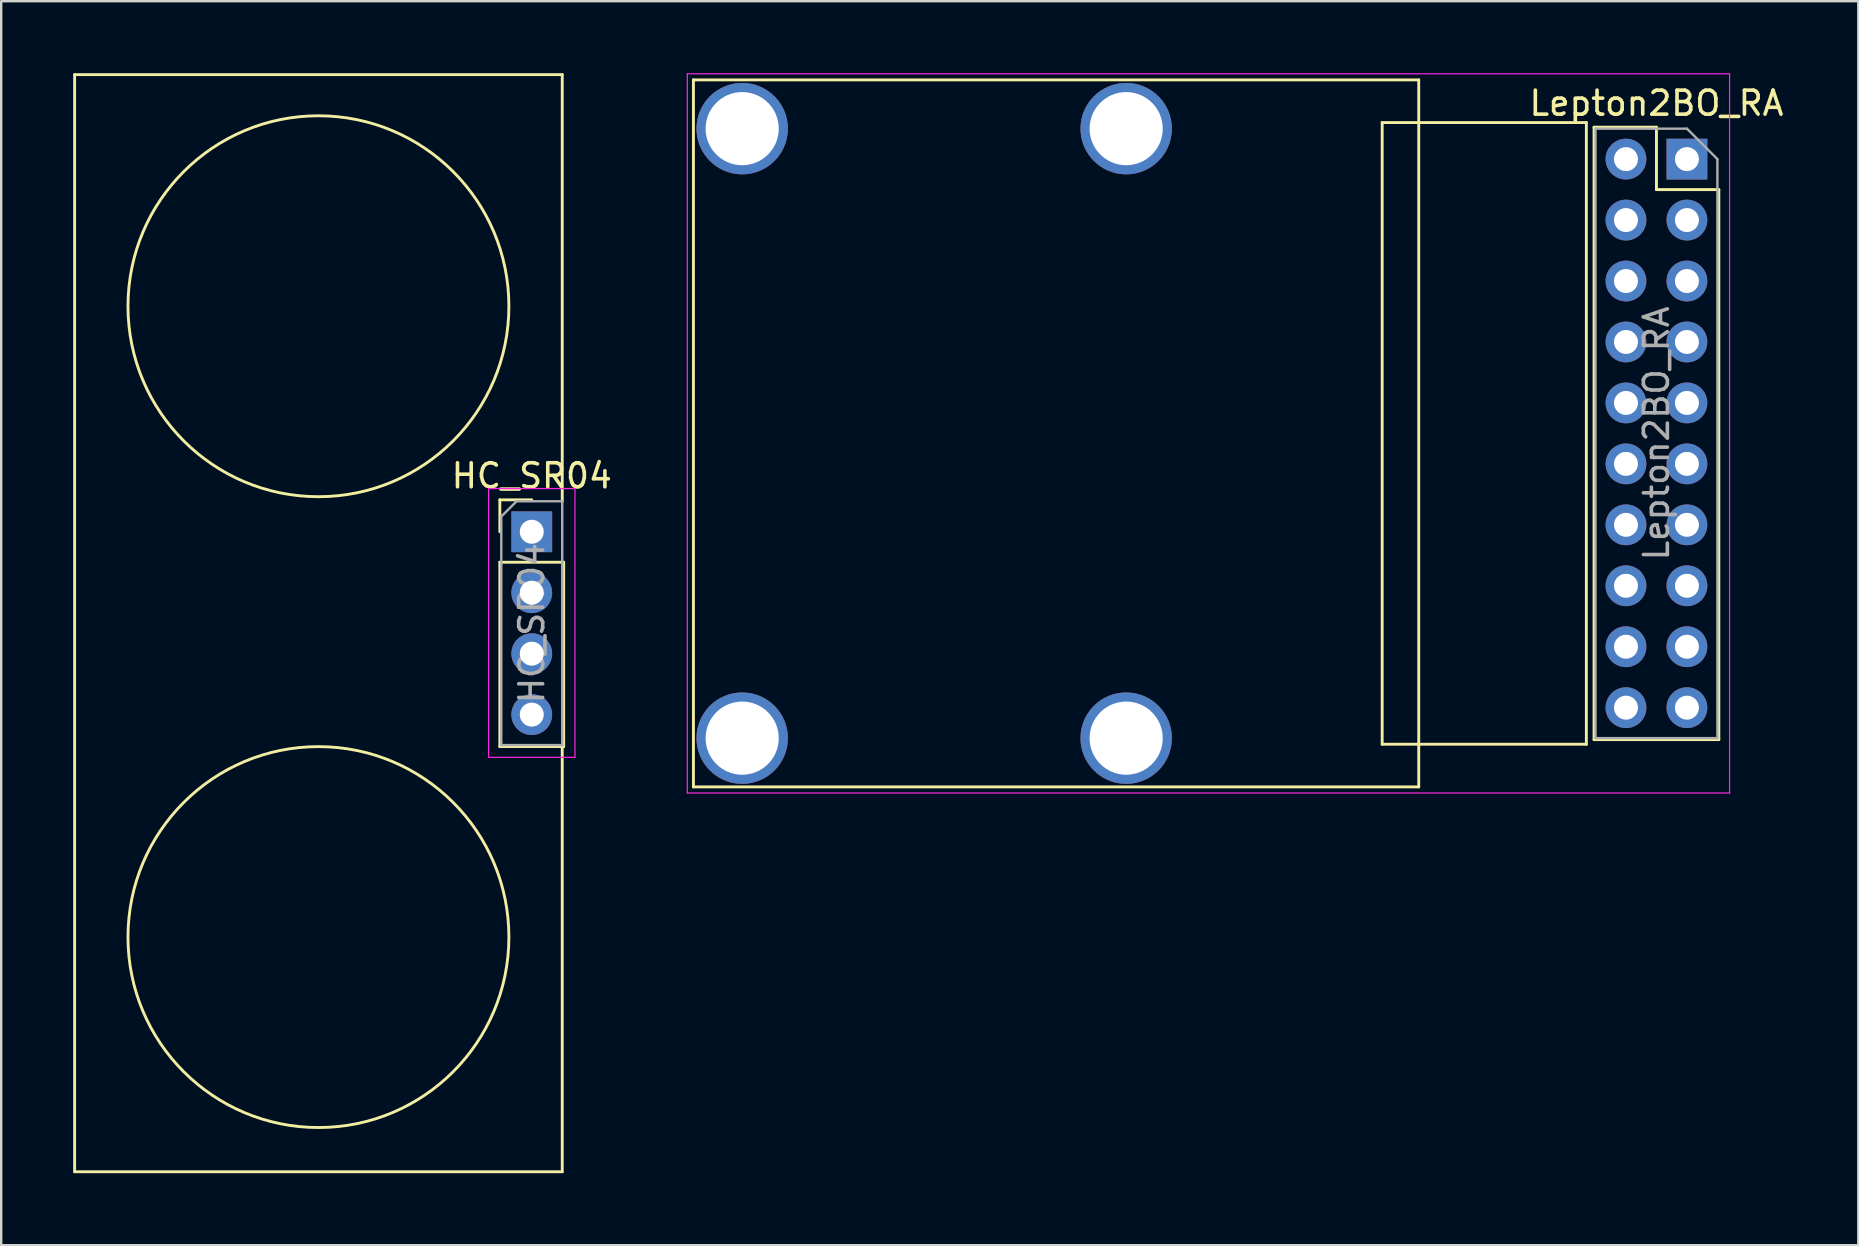
<source format=kicad_pcb>
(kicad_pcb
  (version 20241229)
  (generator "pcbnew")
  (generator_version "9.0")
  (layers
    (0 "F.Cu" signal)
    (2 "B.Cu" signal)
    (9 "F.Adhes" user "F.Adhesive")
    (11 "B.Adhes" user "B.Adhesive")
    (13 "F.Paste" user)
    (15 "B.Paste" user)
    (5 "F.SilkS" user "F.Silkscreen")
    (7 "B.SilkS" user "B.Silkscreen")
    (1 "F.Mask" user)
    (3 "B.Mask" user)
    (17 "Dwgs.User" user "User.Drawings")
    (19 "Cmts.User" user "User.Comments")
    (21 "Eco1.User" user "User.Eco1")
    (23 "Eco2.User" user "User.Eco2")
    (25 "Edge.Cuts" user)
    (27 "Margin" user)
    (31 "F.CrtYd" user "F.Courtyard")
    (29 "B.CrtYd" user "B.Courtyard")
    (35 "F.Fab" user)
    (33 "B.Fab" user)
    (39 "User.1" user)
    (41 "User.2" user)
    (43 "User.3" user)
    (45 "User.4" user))
  (footprint "HC_SR04"
    (layer "F.Cu")
    (at 19.11 19.11)
    (property "Reference" "HC_SR04" (at 0 -2.33 0) (layer "F.SilkS") (effects (font (size 1 1) (thickness 0.15))))
    (attr through_hole)
    (fp_line (start -19.05 -19.05) (end -19.05 26.67) (stroke (width 0.12) (type solid)) (layer "F.SilkS"))
    (fp_line (start -1.33 -1.33) (end 0 -1.33) (stroke (width 0.12) (type solid)) (layer "F.SilkS"))
    (fp_line (start -1.33 0) (end -1.33 -1.33) (stroke (width 0.12) (type solid)) (layer "F.SilkS"))
    (fp_line (start -1.33 1.27) (end -1.33 8.95) (stroke (width 0.12) (type solid)) (layer "F.SilkS"))
    (fp_line (start -1.33 1.27) (end 1.33 1.27) (stroke (width 0.12) (type solid)) (layer "F.SilkS"))
    (fp_line (start -1.33 8.95) (end 1.33 8.95) (stroke (width 0.12) (type solid)) (layer "F.SilkS"))
    (fp_line (start 1.27 -19.05) (end -19.05 -19.05) (stroke (width 0.12) (type solid)) (layer "F.SilkS"))
    (fp_line (start 1.27 -1.27) (end 1.27 -19.05) (stroke (width 0.12) (type solid)) (layer "F.SilkS"))
    (fp_line (start 1.27 8.89) (end 1.27 26.67) (stroke (width 0.12) (type solid)) (layer "F.SilkS"))
    (fp_line (start 1.27 26.67) (end -19.05 26.67) (stroke (width 0.12) (type solid)) (layer "F.SilkS"))
    (fp_line (start 1.33 1.27) (end 1.33 8.95) (stroke (width 0.12) (type solid)) (layer "F.SilkS"))
    (fp_circle (center -8.89 -9.398) (end -0.953 -9.398) (stroke (width 0.12) (type solid)) (fill no) (layer "F.SilkS"))
    (fp_circle (center -8.89 16.891) (end -0.953 16.891) (stroke (width 0.12) (type solid)) (fill no) (layer "F.SilkS"))
    (fp_line (start -1.8 -1.8) (end -1.8 9.4) (stroke (width 0.05) (type solid)) (layer "F.CrtYd"))
    (fp_line (start -1.8 9.4) (end 1.8 9.4) (stroke (width 0.05) (type solid)) (layer "F.CrtYd"))
    (fp_line (start 1.8 -1.8) (end -1.8 -1.8) (stroke (width 0.05) (type solid)) (layer "F.CrtYd"))
    (fp_line (start 1.8 9.4) (end 1.8 -1.8) (stroke (width 0.05) (type solid)) (layer "F.CrtYd"))
    (fp_line (start -1.27 -0.635) (end -0.635 -1.27) (stroke (width 0.1) (type solid)) (layer "F.Fab"))
    (fp_line (start -1.27 8.89) (end -1.27 -0.635) (stroke (width 0.1) (type solid)) (layer "F.Fab"))
    (fp_line (start -0.635 -1.27) (end 1.27 -1.27) (stroke (width 0.1) (type solid)) (layer "F.Fab"))
    (fp_line (start 1.27 -1.27) (end 1.27 8.89) (stroke (width 0.1) (type solid)) (layer "F.Fab"))
    (fp_line (start 1.27 8.89) (end -1.27 8.89) (stroke (width 0.1) (type solid)) (layer "F.Fab"))
    (fp_text user "${REFERENCE}" (at 0 3.81 90) (layer "F.Fab") (effects (font (size 1 1) (thickness 0.15))))
    (pad "1" thru_hole oval (at 0 7.62) (size 1.7 1.7) (drill 1) (layers "*.Cu" "*.Mask"))
    (pad "2" thru_hole oval (at 0 5.08) (size 1.7 1.7) (drill 1) (layers "*.Cu" "*.Mask"))
    (pad "3" thru_hole oval (at 0 2.54) (size 1.7 1.7) (drill 1) (layers "*.Cu" "*.Mask"))
    (pad "4" thru_hole rect (at 0 0) (size 1.7 1.7) (drill 1) (layers "*.Cu" "*.Mask")))
  (footprint "Lepton2BO_RA"
    (layer "F.Cu")
    (at 67.249 3.581)
    (property "Reference" "Lepton2BO_RA" (at -1.27 -2.33 0) (layer "F.SilkS") (effects (font (size 1 1) (thickness 0.15))))
    (attr through_hole)
    (fp_line (start -41.402 -3.302) (end -41.402 26.162) (stroke (width 0.12) (type solid)) (layer "F.SilkS"))
    (fp_line (start -12.7 -1.524) (end -12.7 24.384) (stroke (width 0.12) (type solid)) (layer "F.SilkS"))
    (fp_line (start -12.7 24.384) (end -4.191 24.384) (stroke (width 0.12) (type solid)) (layer "F.SilkS"))
    (fp_line (start -11.176 -3.302) (end -41.402 -3.302) (stroke (width 0.12) (type solid)) (layer "F.SilkS"))
    (fp_line (start -11.176 -3.302) (end -11.176 26.162) (stroke (width 0.12) (type solid)) (layer "F.SilkS"))
    (fp_line (start -11.176 26.162) (end -41.402 26.162) (stroke (width 0.12) (type solid)) (layer "F.SilkS"))
    (fp_line (start -4.191 -1.524) (end -12.7 -1.524) (stroke (width 0.12) (type solid)) (layer "F.SilkS"))
    (fp_line (start -4.191 24.384) (end -4.191 -1.524) (stroke (width 0.12) (type solid)) (layer "F.SilkS"))
    (fp_line (start -3.87 -1.33) (end -3.87 24.19) (stroke (width 0.12) (type solid)) (layer "F.SilkS"))
    (fp_line (start -1.27 -1.33) (end -3.87 -1.33) (stroke (width 0.12) (type solid)) (layer "F.SilkS"))
    (fp_line (start -1.27 1.27) (end -1.27 -1.33) (stroke (width 0.12) (type solid)) (layer "F.SilkS"))
    (fp_line (start 1.33 1.27) (end -1.27 1.27) (stroke (width 0.12) (type solid)) (layer "F.SilkS"))
    (fp_line (start 1.33 1.27) (end 1.33 24.19) (stroke (width 0.12) (type solid)) (layer "F.SilkS"))
    (fp_line (start 1.33 24.19) (end -3.87 24.19) (stroke (width 0.12) (type solid)) (layer "F.SilkS"))
    (fp_line (start -41.656 -3.556) (end -41.656 26.416) (stroke (width 0.05) (type solid)) (layer "F.CrtYd"))
    (fp_line (start -41.656 -3.556) (end 1.778 -3.556) (stroke (width 0.05) (type solid)) (layer "F.CrtYd"))
    (fp_line (start 1.778 -3.556) (end 1.778 26.416) (stroke (width 0.05) (type solid)) (layer "F.CrtYd"))
    (fp_line (start 1.778 26.416) (end -41.656 26.416) (stroke (width 0.05) (type solid)) (layer "F.CrtYd"))
    (fp_line (start -3.81 -1.27) (end -3.81 24.13) (stroke (width 0.1) (type solid)) (layer "F.Fab"))
    (fp_line (start -3.81 24.13) (end 1.27 24.13) (stroke (width 0.1) (type solid)) (layer "F.Fab"))
    (fp_line (start 0 -1.27) (end -3.81 -1.27) (stroke (width 0.1) (type solid)) (layer "F.Fab"))
    (fp_line (start 1.27 0) (end 0 -1.27) (stroke (width 0.1) (type solid)) (layer "F.Fab"))
    (fp_line (start 1.27 24.13) (end 1.27 0) (stroke (width 0.1) (type solid)) (layer "F.Fab"))
    (fp_text user "${REFERENCE}" (at -1.27 11.43 90) (layer "F.Fab") (effects (font (size 1 1) (thickness 0.15))))
    (pad "" thru_hole circle (at -39.37 -1.27) (size 3.81 3.81) (drill 3.048) (layers "*.Cu" "*.Mask"))
    (pad "" thru_hole circle (at -39.37 24.13) (size 3.81 3.81) (drill 3.048) (layers "*.Cu" "*.Mask"))
    (pad "" thru_hole circle (at -23.368 -1.27) (size 3.81 3.81) (drill 3.048) (layers "*.Cu" "*.Mask"))
    (pad "" thru_hole circle (at -23.368 24.13) (size 3.81 3.81) (drill 3.048) (layers "*.Cu" "*.Mask"))
    (pad "1" thru_hole rect (at 0 0) (size 1.7 1.7) (drill 1) (layers "*.Cu" "*.Mask"))
    (pad "2" thru_hole oval (at -2.54 0) (size 1.7 1.7) (drill 1) (layers "*.Cu" "*.Mask"))
    (pad "3" thru_hole oval (at 0 2.54) (size 1.7 1.7) (drill 1) (layers "*.Cu" "*.Mask"))
    (pad "4" thru_hole oval (at -2.54 2.54) (size 1.7 1.7) (drill 1) (layers "*.Cu" "*.Mask"))
    (pad "5" thru_hole oval (at 0 5.08) (size 1.7 1.7) (drill 1) (layers "*.Cu" "*.Mask"))
    (pad "6" thru_hole oval (at -2.54 5.08) (size 1.7 1.7) (drill 1) (layers "*.Cu" "*.Mask"))
    (pad "7" thru_hole oval (at 0 7.62) (size 1.7 1.7) (drill 1) (layers "*.Cu" "*.Mask"))
    (pad "8" thru_hole oval (at -2.54 7.62) (size 1.7 1.7) (drill 1) (layers "*.Cu" "*.Mask"))
    (pad "9" thru_hole oval (at 0 10.16) (size 1.7 1.7) (drill 1) (layers "*.Cu" "*.Mask"))
    (pad "10" thru_hole oval (at -2.54 10.16) (size 1.7 1.7) (drill 1) (layers "*.Cu" "*.Mask"))
    (pad "11" thru_hole oval (at 0 12.7) (size 1.7 1.7) (drill 1) (layers "*.Cu" "*.Mask"))
    (pad "12" thru_hole oval (at -2.54 12.7) (size 1.7 1.7) (drill 1) (layers "*.Cu" "*.Mask"))
    (pad "13" thru_hole oval (at 0 15.24) (size 1.7 1.7) (drill 1) (layers "*.Cu" "*.Mask"))
    (pad "14" thru_hole oval (at -2.54 15.24) (size 1.7 1.7) (drill 1) (layers "*.Cu" "*.Mask"))
    (pad "15" thru_hole oval (at 0 17.78) (size 1.7 1.7) (drill 1) (layers "*.Cu" "*.Mask"))
    (pad "16" thru_hole oval (at -2.54 17.78) (size 1.7 1.7) (drill 1) (layers "*.Cu" "*.Mask"))
    (pad "17" thru_hole oval (at 0 20.32) (size 1.7 1.7) (drill 1) (layers "*.Cu" "*.Mask"))
    (pad "18" thru_hole oval (at -2.54 20.32) (size 1.7 1.7) (drill 1) (layers "*.Cu" "*.Mask"))
    (pad "19" thru_hole oval (at 0 22.86) (size 1.7 1.7) (drill 1) (layers "*.Cu" "*.Mask"))
    (pad "20" thru_hole oval (at -2.54 22.86) (size 1.7 1.7) (drill 1) (layers "*.Cu" "*.Mask")))
  (gr_rect
    (start -3 -3)
    (end 74.39 48.84)
    (stroke (width 0.1) (type default))
    (fill no)
    (layer "Edge.Cuts")))
</source>
